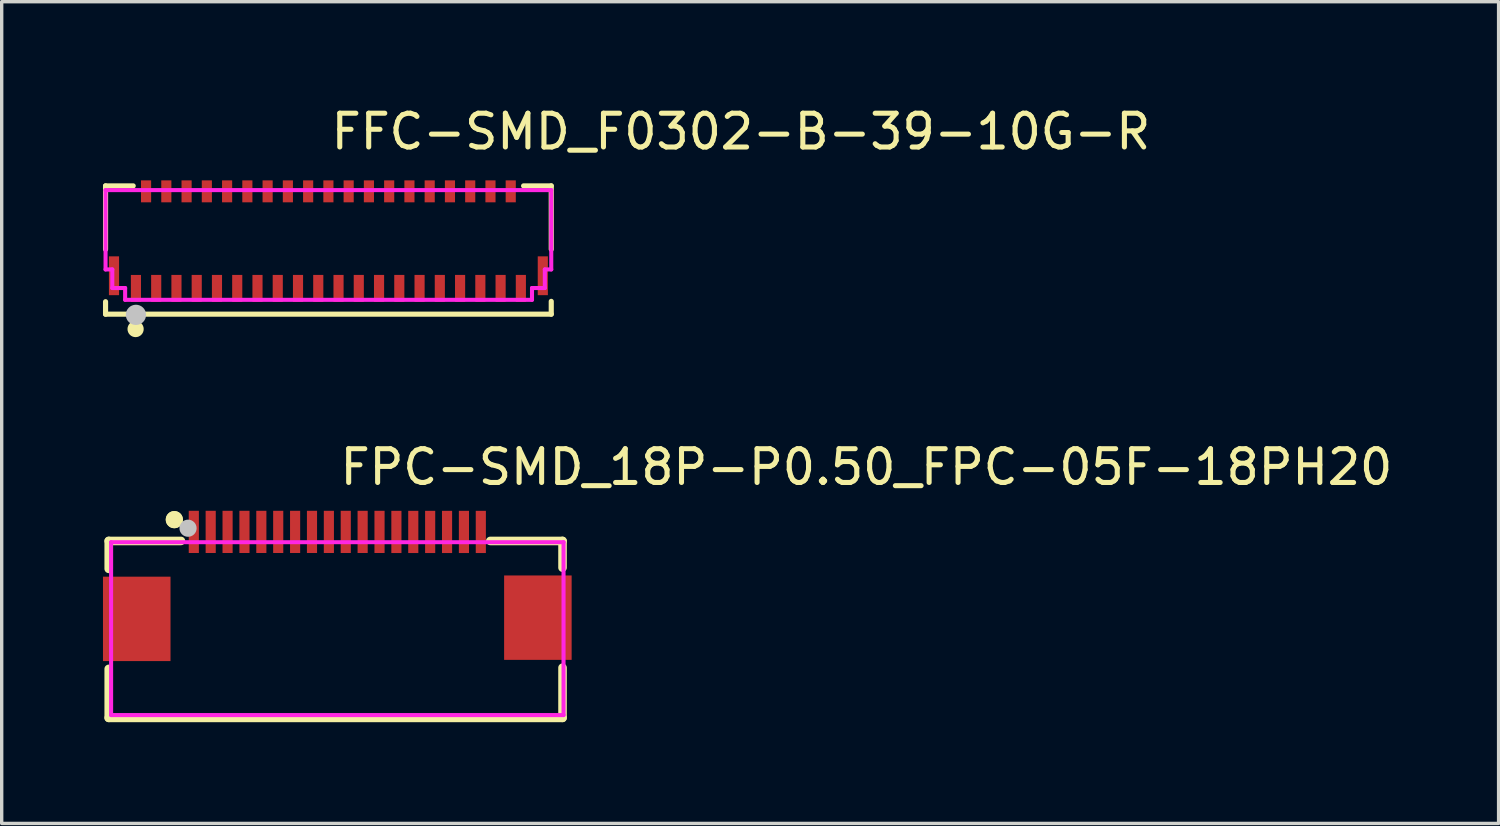
<source format=kicad_pcb>
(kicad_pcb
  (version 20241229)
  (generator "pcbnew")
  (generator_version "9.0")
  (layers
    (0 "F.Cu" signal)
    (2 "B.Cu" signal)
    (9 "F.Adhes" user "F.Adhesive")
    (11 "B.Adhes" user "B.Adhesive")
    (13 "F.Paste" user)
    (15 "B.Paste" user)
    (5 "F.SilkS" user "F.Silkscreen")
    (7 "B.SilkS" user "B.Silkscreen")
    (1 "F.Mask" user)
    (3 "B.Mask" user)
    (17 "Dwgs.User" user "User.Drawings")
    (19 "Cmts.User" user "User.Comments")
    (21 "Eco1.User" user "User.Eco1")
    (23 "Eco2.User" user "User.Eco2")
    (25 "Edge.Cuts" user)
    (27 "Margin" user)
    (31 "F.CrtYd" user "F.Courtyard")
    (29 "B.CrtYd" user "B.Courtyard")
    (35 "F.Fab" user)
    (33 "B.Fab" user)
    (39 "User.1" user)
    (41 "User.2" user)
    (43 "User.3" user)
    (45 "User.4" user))
  (footprint "FPC-SMD_18P-P0.50_FPC-05F-18PH20"
    (layer "F.Cu")
    (at 6.94 13.991)
    (property "Reference" "FPC-SMD_18P-P0.50_FPC-05F-18PH20" (at 0 -3.207 0) (layer "F.SilkS") (effects (font (size 1 1) (thickness 0.15)) (justify left)))
    (attr through_hole)
    (fp_line (start -6.77 -1.02) (end -4.631 -1.02) (stroke (width 0.254) (type solid)) (layer "F.SilkS"))
    (fp_line (start -6.77 -0.194) (end -6.77 -1.02) (stroke (width 0.254) (type solid)) (layer "F.SilkS"))
    (fp_line (start -6.77 4.22) (end -6.77 2.769) (stroke (width 0.254) (type solid)) (layer "F.SilkS"))
    (fp_line (start 4.53 -1.02) (end 6.67 -1.02) (stroke (width 0.254) (type solid)) (layer "F.SilkS"))
    (fp_line (start 6.67 -1.02) (end 6.67 -0.229) (stroke (width 0.254) (type solid)) (layer "F.SilkS"))
    (fp_line (start 6.67 2.734) (end 6.67 4.22) (stroke (width 0.254) (type solid)) (layer "F.SilkS"))
    (fp_line (start 6.67 4.22) (end -6.77 4.22) (stroke (width 0.254) (type solid)) (layer "F.SilkS"))
    (fp_circle (center -4.827 -1.651) (end -4.7 -1.651) (stroke (width 0.254) (type solid)) (fill no) (layer "F.SilkS"))
    (fp_circle (center -4.827 -1.651) (end -4.7 -1.651) (stroke (width 0.254) (type solid)) (fill no) (layer "F.SilkS"))
    (fp_circle (center -4.421 -1.397) (end -4.294 -1.397) (stroke (width 0.254) (type solid)) (fill no) (layer "Dwgs.User"))
    (fp_circle (center -6.7 -1.683) (end -6.67 -1.683) (stroke (width 0.06) (type solid)) (fill no) (layer "Eco2.User"))
    (fp_poly (pts (xy -6.44 0.538) (xy -5.44 0.538) (xy -5.44 2.038) (xy -6.44 2.038)) (stroke (width 0.12) (type solid)) (fill no) (layer "Eco2.User"))
    (fp_poly (pts (xy -4.35 -1.683) (xy -4.15 -1.683) (xy -4.15 -0.883) (xy -4.35 -0.883)) (stroke (width 0.12) (type solid)) (fill no) (layer "Eco2.User"))
    (fp_poly (pts (xy -3.85 -1.683) (xy -3.65 -1.683) (xy -3.65 -0.883) (xy -3.85 -0.883)) (stroke (width 0.12) (type solid)) (fill no) (layer "Eco2.User"))
    (fp_poly (pts (xy -3.35 -1.683) (xy -3.15 -1.683) (xy -3.15 -0.883) (xy -3.35 -0.883)) (stroke (width 0.12) (type solid)) (fill no) (layer "Eco2.User"))
    (fp_poly (pts (xy -2.85 -1.683) (xy -2.65 -1.683) (xy -2.65 -0.883) (xy -2.85 -0.883)) (stroke (width 0.12) (type solid)) (fill no) (layer "Eco2.User"))
    (fp_poly (pts (xy -2.35 -1.683) (xy -2.15 -1.683) (xy -2.15 -0.883) (xy -2.35 -0.883)) (stroke (width 0.12) (type solid)) (fill no) (layer "Eco2.User"))
    (fp_poly (pts (xy -1.85 -1.683) (xy -1.65 -1.683) (xy -1.65 -0.883) (xy -1.85 -0.883)) (stroke (width 0.12) (type solid)) (fill no) (layer "Eco2.User"))
    (fp_poly (pts (xy -1.35 -1.683) (xy -1.15 -1.683) (xy -1.15 -0.883) (xy -1.35 -0.883)) (stroke (width 0.12) (type solid)) (fill no) (layer "Eco2.User"))
    (fp_poly (pts (xy -0.85 -1.683) (xy -0.65 -1.683) (xy -0.65 -0.883) (xy -0.85 -0.883)) (stroke (width 0.12) (type solid)) (fill no) (layer "Eco2.User"))
    (fp_poly (pts (xy -0.35 -1.683) (xy -0.15 -1.683) (xy -0.15 -0.883) (xy -0.35 -0.883)) (stroke (width 0.12) (type solid)) (fill no) (layer "Eco2.User"))
    (fp_poly (pts (xy 0.15 -1.683) (xy 0.35 -1.683) (xy 0.35 -0.883) (xy 0.15 -0.883)) (stroke (width 0.12) (type solid)) (fill no) (layer "Eco2.User"))
    (fp_poly (pts (xy 0.65 -1.683) (xy 0.85 -1.683) (xy 0.85 -0.883) (xy 0.65 -0.883)) (stroke (width 0.12) (type solid)) (fill no) (layer "Eco2.User"))
    (fp_poly (pts (xy 1.15 -1.683) (xy 1.35 -1.683) (xy 1.35 -0.883) (xy 1.15 -0.883)) (stroke (width 0.12) (type solid)) (fill no) (layer "Eco2.User"))
    (fp_poly (pts (xy 1.65 -1.683) (xy 1.85 -1.683) (xy 1.85 -0.883) (xy 1.65 -0.883)) (stroke (width 0.12) (type solid)) (fill no) (layer "Eco2.User"))
    (fp_poly (pts (xy 2.15 -1.683) (xy 2.35 -1.683) (xy 2.35 -0.883) (xy 2.15 -0.883)) (stroke (width 0.12) (type solid)) (fill no) (layer "Eco2.User"))
    (fp_poly (pts (xy 2.65 -1.683) (xy 2.85 -1.683) (xy 2.85 -0.883) (xy 2.65 -0.883)) (stroke (width 0.12) (type solid)) (fill no) (layer "Eco2.User"))
    (fp_poly (pts (xy 3.15 -1.683) (xy 3.35 -1.683) (xy 3.35 -0.883) (xy 3.15 -0.883)) (stroke (width 0.12) (type solid)) (fill no) (layer "Eco2.User"))
    (fp_poly (pts (xy 3.65 -1.683) (xy 3.85 -1.683) (xy 3.85 -0.883) (xy 3.65 -0.883)) (stroke (width 0.12) (type solid)) (fill no) (layer "Eco2.User"))
    (fp_poly (pts (xy 4.15 -1.683) (xy 4.35 -1.683) (xy 4.35 -0.883) (xy 4.15 -0.883)) (stroke (width 0.12) (type solid)) (fill no) (layer "Eco2.User"))
    (fp_poly (pts (xy 6.44 2.002) (xy 5.44 2.002) (xy 5.44 0.502) (xy 6.44 0.502)) (stroke (width 0.12) (type solid)) (fill no) (layer "Eco2.User"))
    (fp_line (start -6.7 -0.983) (end 6.7 -0.983) (stroke (width 0.12) (type solid)) (layer "F.CrtYd"))
    (fp_line (start -6.7 4.137) (end -6.7 -0.983) (stroke (width 0.12) (type solid)) (layer "F.CrtYd"))
    (fp_line (start 6.7 -0.983) (end 6.7 4.137) (stroke (width 0.12) (type solid)) (layer "F.CrtYd"))
    (fp_line (start 6.7 4.137) (end -6.7 4.137) (stroke (width 0.12) (type solid)) (layer "F.CrtYd"))
    (pad "1" smd rect (at -4.25 -1.288) (size 0.3 1.25) (layers "F.Cu" "F.Mask" "F.Paste"))
    (pad "2" smd rect (at -3.75 -1.288) (size 0.3 1.25) (layers "F.Cu" "F.Mask" "F.Paste"))
    (pad "3" smd rect (at -3.25 -1.288) (size 0.3 1.25) (layers "F.Cu" "F.Mask" "F.Paste"))
    (pad "4" smd rect (at -2.75 -1.288) (size 0.3 1.25) (layers "F.Cu" "F.Mask" "F.Paste"))
    (pad "5" smd rect (at -2.25 -1.288) (size 0.3 1.25) (layers "F.Cu" "F.Mask" "F.Paste"))
    (pad "6" smd rect (at -1.75 -1.288) (size 0.3 1.25) (layers "F.Cu" "F.Mask" "F.Paste"))
    (pad "7" smd rect (at -1.25 -1.288) (size 0.3 1.25) (layers "F.Cu" "F.Mask" "F.Paste"))
    (pad "8" smd rect (at -0.75 -1.288) (size 0.3 1.25) (layers "F.Cu" "F.Mask" "F.Paste"))
    (pad "9" smd rect (at -0.25 -1.288) (size 0.3 1.25) (layers "F.Cu" "F.Mask" "F.Paste"))
    (pad "10" smd rect (at 0.25 -1.288) (size 0.3 1.25) (layers "F.Cu" "F.Mask" "F.Paste"))
    (pad "11" smd rect (at 0.75 -1.288) (size 0.3 1.25) (layers "F.Cu" "F.Mask" "F.Paste"))
    (pad "12" smd rect (at 1.25 -1.288) (size 0.3 1.25) (layers "F.Cu" "F.Mask" "F.Paste"))
    (pad "13" smd rect (at 1.75 -1.287) (size 0.3 1.25) (layers "F.Cu" "F.Mask" "F.Paste"))
    (pad "14" smd rect (at 2.25 -1.287) (size 0.3 1.25) (layers "F.Cu" "F.Mask" "F.Paste"))
    (pad "15" smd rect (at 2.75 -1.287) (size 0.3 1.25) (layers "F.Cu" "F.Mask" "F.Paste"))
    (pad "16" smd rect (at 3.25 -1.287) (size 0.3 1.25) (layers "F.Cu" "F.Mask" "F.Paste"))
    (pad "17" smd rect (at 3.75 -1.287) (size 0.3 1.25) (layers "F.Cu" "F.Mask" "F.Paste"))
    (pad "18" smd rect (at 4.25 -1.287) (size 0.3 1.25) (layers "F.Cu" "F.Mask" "F.Paste"))
    (pad "19" smd rect (at -5.94 1.288) (size 2 2.5) (layers "F.Cu" "F.Mask" "F.Paste"))
    (pad "20" smd rect (at 5.94 1.252) (size 2 2.5) (layers "F.Cu" "F.Mask" "F.Paste")))
  (footprint "FFC-SMD_F0302-B-39-10G-R"
    (layer "F.Cu")
    (at 6.676 4.055)
    (property "Reference" "FFC-SMD_F0302-B-39-10G-R" (at 0 -3.207 0) (layer "F.SilkS") (effects (font (size 1 1) (thickness 0.15)) (justify left)))
    (attr through_hole)
    (fp_line (start -6.6 -1.6) (end -6.6 0.279) (stroke (width 0.152) (type solid)) (layer "F.SilkS"))
    (fp_line (start -6.6 -1.6) (end -5.781 -1.6) (stroke (width 0.152) (type solid)) (layer "F.SilkS"))
    (fp_line (start -6.6 2.2) (end -6.6 1.83) (stroke (width 0.152) (type solid)) (layer "F.SilkS"))
    (fp_line (start -6.6 2.2) (end 6.6 2.2) (stroke (width 0.152) (type solid)) (layer "F.SilkS"))
    (fp_line (start 5.781 -1.6) (end 6.6 -1.6) (stroke (width 0.152) (type solid)) (layer "F.SilkS"))
    (fp_line (start 6.6 -1.6) (end 6.6 0.279) (stroke (width 0.152) (type solid)) (layer "F.SilkS"))
    (fp_line (start 6.6 2.2) (end 6.6 1.82) (stroke (width 0.152) (type solid)) (layer "F.SilkS"))
    (fp_circle (center -5.71 2.64) (end -5.59 2.64) (stroke (width 0.24) (type solid)) (fill no) (layer "F.SilkS"))
    (fp_circle (center -5.7 2.22) (end -5.55 2.22) (stroke (width 0.3) (type solid)) (fill no) (layer "Dwgs.User"))
    (fp_circle (center -6.6 1.775) (end -6.57 1.775) (stroke (width 0.06) (type solid)) (fill no) (layer "Eco2.User"))
    (fp_poly (pts (xy -6.41 0.625) (xy -6.29 0.625) (xy -6.29 1.425) (xy -6.41 1.425)) (stroke (width 0.12) (type solid)) (fill no) (layer "Eco2.User"))
    (fp_poly (pts (xy -5.76 1.037) (xy -5.64 1.037) (xy -5.64 1.637) (xy -5.76 1.637)) (stroke (width 0.12) (type solid)) (fill no) (layer "Eco2.User"))
    (fp_poly (pts (xy -5.46 -1.603) (xy -5.34 -1.603) (xy -5.34 -1.403) (xy -5.46 -1.403)) (stroke (width 0.12) (type solid)) (fill no) (layer "Eco2.User"))
    (fp_poly (pts (xy -5.16 1.037) (xy -5.04 1.037) (xy -5.04 1.637) (xy -5.16 1.637)) (stroke (width 0.12) (type solid)) (fill no) (layer "Eco2.User"))
    (fp_poly (pts (xy -4.86 -1.603) (xy -4.74 -1.603) (xy -4.74 -1.403) (xy -4.86 -1.403)) (stroke (width 0.12) (type solid)) (fill no) (layer "Eco2.User"))
    (fp_poly (pts (xy -4.56 1.037) (xy -4.44 1.037) (xy -4.44 1.637) (xy -4.56 1.637)) (stroke (width 0.12) (type solid)) (fill no) (layer "Eco2.User"))
    (fp_poly (pts (xy -4.26 -1.603) (xy -4.14 -1.603) (xy -4.14 -1.403) (xy -4.26 -1.403)) (stroke (width 0.12) (type solid)) (fill no) (layer "Eco2.User"))
    (fp_poly (pts (xy -3.96 1.037) (xy -3.84 1.037) (xy -3.84 1.637) (xy -3.96 1.637)) (stroke (width 0.12) (type solid)) (fill no) (layer "Eco2.User"))
    (fp_poly (pts (xy -3.66 -1.603) (xy -3.54 -1.603) (xy -3.54 -1.403) (xy -3.66 -1.403)) (stroke (width 0.12) (type solid)) (fill no) (layer "Eco2.User"))
    (fp_poly (pts (xy -3.36 1.037) (xy -3.24 1.037) (xy -3.24 1.637) (xy -3.36 1.637)) (stroke (width 0.12) (type solid)) (fill no) (layer "Eco2.User"))
    (fp_poly (pts (xy -3.06 -1.603) (xy -2.94 -1.603) (xy -2.94 -1.403) (xy -3.06 -1.403)) (stroke (width 0.12) (type solid)) (fill no) (layer "Eco2.User"))
    (fp_poly (pts (xy -2.76 1.037) (xy -2.64 1.037) (xy -2.64 1.637) (xy -2.76 1.637)) (stroke (width 0.12) (type solid)) (fill no) (layer "Eco2.User"))
    (fp_poly (pts (xy -2.46 -1.603) (xy -2.34 -1.603) (xy -2.34 -1.403) (xy -2.46 -1.403)) (stroke (width 0.12) (type solid)) (fill no) (layer "Eco2.User"))
    (fp_poly (pts (xy -2.16 1.037) (xy -2.04 1.037) (xy -2.04 1.637) (xy -2.16 1.637)) (stroke (width 0.12) (type solid)) (fill no) (layer "Eco2.User"))
    (fp_poly (pts (xy -1.86 -1.603) (xy -1.74 -1.603) (xy -1.74 -1.403) (xy -1.86 -1.403)) (stroke (width 0.12) (type solid)) (fill no) (layer "Eco2.User"))
    (fp_poly (pts (xy -1.56 1.037) (xy -1.44 1.037) (xy -1.44 1.637) (xy -1.56 1.637)) (stroke (width 0.12) (type solid)) (fill no) (layer "Eco2.User"))
    (fp_poly (pts (xy -1.26 -1.603) (xy -1.14 -1.603) (xy -1.14 -1.403) (xy -1.26 -1.403)) (stroke (width 0.12) (type solid)) (fill no) (layer "Eco2.User"))
    (fp_poly (pts (xy -0.96 1.037) (xy -0.84 1.037) (xy -0.84 1.637) (xy -0.96 1.637)) (stroke (width 0.12) (type solid)) (fill no) (layer "Eco2.User"))
    (fp_poly (pts (xy -0.66 -1.603) (xy -0.54 -1.603) (xy -0.54 -1.403) (xy -0.66 -1.403)) (stroke (width 0.12) (type solid)) (fill no) (layer "Eco2.User"))
    (fp_poly (pts (xy -0.36 1.037) (xy -0.24 1.037) (xy -0.24 1.637) (xy -0.36 1.637)) (stroke (width 0.12) (type solid)) (fill no) (layer "Eco2.User"))
    (fp_poly (pts (xy -0.06 -1.603) (xy 0.06 -1.603) (xy 0.06 -1.403) (xy -0.06 -1.403)) (stroke (width 0.12) (type solid)) (fill no) (layer "Eco2.User"))
    (fp_poly (pts (xy 0.24 1.037) (xy 0.36 1.037) (xy 0.36 1.637) (xy 0.24 1.637)) (stroke (width 0.12) (type solid)) (fill no) (layer "Eco2.User"))
    (fp_poly (pts (xy 0.54 -1.603) (xy 0.66 -1.603) (xy 0.66 -1.403) (xy 0.54 -1.403)) (stroke (width 0.12) (type solid)) (fill no) (layer "Eco2.User"))
    (fp_poly (pts (xy 0.84 1.037) (xy 0.96 1.037) (xy 0.96 1.637) (xy 0.84 1.637)) (stroke (width 0.12) (type solid)) (fill no) (layer "Eco2.User"))
    (fp_poly (pts (xy 1.14 -1.603) (xy 1.26 -1.603) (xy 1.26 -1.403) (xy 1.14 -1.403)) (stroke (width 0.12) (type solid)) (fill no) (layer "Eco2.User"))
    (fp_poly (pts (xy 1.44 1.037) (xy 1.56 1.037) (xy 1.56 1.637) (xy 1.44 1.637)) (stroke (width 0.12) (type solid)) (fill no) (layer "Eco2.User"))
    (fp_poly (pts (xy 1.74 -1.603) (xy 1.86 -1.603) (xy 1.86 -1.403) (xy 1.74 -1.403)) (stroke (width 0.12) (type solid)) (fill no) (layer "Eco2.User"))
    (fp_poly (pts (xy 2.04 1.037) (xy 2.16 1.037) (xy 2.16 1.637) (xy 2.04 1.637)) (stroke (width 0.12) (type solid)) (fill no) (layer "Eco2.User"))
    (fp_poly (pts (xy 2.34 -1.603) (xy 2.46 -1.603) (xy 2.46 -1.403) (xy 2.34 -1.403)) (stroke (width 0.12) (type solid)) (fill no) (layer "Eco2.User"))
    (fp_poly (pts (xy 2.64 1.037) (xy 2.76 1.037) (xy 2.76 1.637) (xy 2.64 1.637)) (stroke (width 0.12) (type solid)) (fill no) (layer "Eco2.User"))
    (fp_poly (pts (xy 2.94 -1.603) (xy 3.06 -1.603) (xy 3.06 -1.403) (xy 2.94 -1.403)) (stroke (width 0.12) (type solid)) (fill no) (layer "Eco2.User"))
    (fp_poly (pts (xy 3.24 1.037) (xy 3.36 1.037) (xy 3.36 1.637) (xy 3.24 1.637)) (stroke (width 0.12) (type solid)) (fill no) (layer "Eco2.User"))
    (fp_poly (pts (xy 3.54 -1.603) (xy 3.66 -1.603) (xy 3.66 -1.403) (xy 3.54 -1.403)) (stroke (width 0.12) (type solid)) (fill no) (layer "Eco2.User"))
    (fp_poly (pts (xy 3.84 1.037) (xy 3.96 1.037) (xy 3.96 1.637) (xy 3.84 1.637)) (stroke (width 0.12) (type solid)) (fill no) (layer "Eco2.User"))
    (fp_poly (pts (xy 4.14 -1.603) (xy 4.26 -1.603) (xy 4.26 -1.403) (xy 4.14 -1.403)) (stroke (width 0.12) (type solid)) (fill no) (layer "Eco2.User"))
    (fp_poly (pts (xy 4.44 1.037) (xy 4.56 1.037) (xy 4.56 1.637) (xy 4.44 1.637)) (stroke (width 0.12) (type solid)) (fill no) (layer "Eco2.User"))
    (fp_poly (pts (xy 4.74 -1.603) (xy 4.86 -1.603) (xy 4.86 -1.403) (xy 4.74 -1.403)) (stroke (width 0.12) (type solid)) (fill no) (layer "Eco2.User"))
    (fp_poly (pts (xy 5.04 1.037) (xy 5.16 1.037) (xy 5.16 1.637) (xy 5.04 1.637)) (stroke (width 0.12) (type solid)) (fill no) (layer "Eco2.User"))
    (fp_poly (pts (xy 5.34 -1.603) (xy 5.46 -1.603) (xy 5.46 -1.403) (xy 5.34 -1.403)) (stroke (width 0.12) (type solid)) (fill no) (layer "Eco2.User"))
    (fp_poly (pts (xy 5.64 1.037) (xy 5.76 1.037) (xy 5.76 1.637) (xy 5.64 1.637)) (stroke (width 0.12) (type solid)) (fill no) (layer "Eco2.User"))
    (fp_poly (pts (xy 6.29 0.625) (xy 6.41 0.625) (xy 6.41 1.425) (xy 6.29 1.425)) (stroke (width 0.12) (type solid)) (fill no) (layer "Eco2.User"))
    (fp_line (start -6.6 -1.475) (end 6.6 -1.475) (stroke (width 0.12) (type solid)) (layer "F.CrtYd"))
    (fp_line (start -6.6 0.875) (end -6.6 -1.475) (stroke (width 0.12) (type solid)) (layer "F.CrtYd"))
    (fp_line (start -6.4 0.875) (end -6.6 0.875) (stroke (width 0.12) (type solid)) (layer "F.CrtYd"))
    (fp_line (start -6.4 1.425) (end -6.4 0.875) (stroke (width 0.12) (type solid)) (layer "F.CrtYd"))
    (fp_line (start -6.02 1.425) (end -6.4 1.425) (stroke (width 0.12) (type solid)) (layer "F.CrtYd"))
    (fp_line (start -6.02 1.775) (end -6.02 1.425) (stroke (width 0.12) (type solid)) (layer "F.CrtYd"))
    (fp_line (start 6.03 1.425) (end 6.03 1.775) (stroke (width 0.12) (type solid)) (layer "F.CrtYd"))
    (fp_line (start 6.03 1.775) (end -6.02 1.775) (stroke (width 0.12) (type solid)) (layer "F.CrtYd"))
    (fp_line (start 6.41 0.875) (end 6.41 1.425) (stroke (width 0.12) (type solid)) (layer "F.CrtYd"))
    (fp_line (start 6.41 1.425) (end 6.03 1.425) (stroke (width 0.12) (type solid)) (layer "F.CrtYd"))
    (fp_line (start 6.6 -1.475) (end 6.6 0.875) (stroke (width 0.12) (type solid)) (layer "F.CrtYd"))
    (fp_line (start 6.6 0.875) (end 6.41 0.875) (stroke (width 0.12) (type solid)) (layer "F.CrtYd"))
    (pad "1" smd rect (at -5.7 1.438) (size 0.3 0.8) (layers "F.Cu" "F.Mask" "F.Paste"))
    (pad "2" smd rect (at -5.4 -1.438) (size 0.3 0.65) (layers "F.Cu" "F.Mask" "F.Paste"))
    (pad "3" smd rect (at -5.1 1.437) (size 0.3 0.8) (layers "F.Cu" "F.Mask" "F.Paste"))
    (pad "4" smd rect (at -4.8 -1.438) (size 0.3 0.65) (layers "F.Cu" "F.Mask" "F.Paste"))
    (pad "5" smd rect (at -4.5 1.437) (size 0.3 0.8) (layers "F.Cu" "F.Mask" "F.Paste"))
    (pad "6" smd rect (at -4.2 -1.438) (size 0.3 0.65) (layers "F.Cu" "F.Mask" "F.Paste"))
    (pad "7" smd rect (at -3.9 1.437) (size 0.3 0.8) (layers "F.Cu" "F.Mask" "F.Paste"))
    (pad "8" smd rect (at -3.6 -1.438) (size 0.3 0.65) (layers "F.Cu" "F.Mask" "F.Paste"))
    (pad "9" smd rect (at -3.3 1.437) (size 0.3 0.8) (layers "F.Cu" "F.Mask" "F.Paste"))
    (pad "10" smd rect (at -3 -1.438) (size 0.3 0.65) (layers "F.Cu" "F.Mask" "F.Paste"))
    (pad "11" smd rect (at -2.7 1.437) (size 0.3 0.8) (layers "F.Cu" "F.Mask" "F.Paste"))
    (pad "12" smd rect (at -2.4 -1.438) (size 0.3 0.65) (layers "F.Cu" "F.Mask" "F.Paste"))
    (pad "13" smd rect (at -2.1 1.437) (size 0.3 0.8) (layers "F.Cu" "F.Mask" "F.Paste"))
    (pad "14" smd rect (at -1.8 -1.438) (size 0.3 0.65) (layers "F.Cu" "F.Mask" "F.Paste"))
    (pad "15" smd rect (at -1.5 1.437) (size 0.3 0.8) (layers "F.Cu" "F.Mask" "F.Paste"))
    (pad "16" smd rect (at -1.2 -1.438) (size 0.3 0.65) (layers "F.Cu" "F.Mask" "F.Paste"))
    (pad "17" smd rect (at -0.9 1.437) (size 0.3 0.8) (layers "F.Cu" "F.Mask" "F.Paste"))
    (pad "18" smd rect (at -0.6 -1.438) (size 0.3 0.65) (layers "F.Cu" "F.Mask" "F.Paste"))
    (pad "19" smd rect (at -0.3 1.437) (size 0.3 0.8) (layers "F.Cu" "F.Mask" "F.Paste"))
    (pad "20" smd rect (at 0 -1.438) (size 0.3 0.65) (layers "F.Cu" "F.Mask" "F.Paste"))
    (pad "21" smd rect (at 0.3 1.437) (size 0.3 0.8) (layers "F.Cu" "F.Mask" "F.Paste"))
    (pad "22" smd rect (at 0.6 -1.438) (size 0.3 0.65) (layers "F.Cu" "F.Mask" "F.Paste"))
    (pad "23" smd rect (at 0.9 1.437) (size 0.3 0.8) (layers "F.Cu" "F.Mask" "F.Paste"))
    (pad "24" smd rect (at 1.2 -1.438) (size 0.3 0.65) (layers "F.Cu" "F.Mask" "F.Paste"))
    (pad "25" smd rect (at 1.5 1.437) (size 0.3 0.8) (layers "F.Cu" "F.Mask" "F.Paste"))
    (pad "26" smd rect (at 1.8 -1.438) (size 0.3 0.65) (layers "F.Cu" "F.Mask" "F.Paste"))
    (pad "27" smd rect (at 2.1 1.437) (size 0.3 0.8) (layers "F.Cu" "F.Mask" "F.Paste"))
    (pad "28" smd rect (at 2.4 -1.438) (size 0.3 0.65) (layers "F.Cu" "F.Mask" "F.Paste"))
    (pad "29" smd rect (at 2.7 1.437) (size 0.3 0.8) (layers "F.Cu" "F.Mask" "F.Paste"))
    (pad "30" smd rect (at 3 -1.438) (size 0.3 0.65) (layers "F.Cu" "F.Mask" "F.Paste"))
    (pad "31" smd rect (at 3.3 1.437) (size 0.3 0.8) (layers "F.Cu" "F.Mask" "F.Paste"))
    (pad "32" smd rect (at 3.6 -1.438) (size 0.3 0.65) (layers "F.Cu" "F.Mask" "F.Paste"))
    (pad "33" smd rect (at 3.9 1.437) (size 0.3 0.8) (layers "F.Cu" "F.Mask" "F.Paste"))
    (pad "34" smd rect (at 4.2 -1.438) (size 0.3 0.65) (layers "F.Cu" "F.Mask" "F.Paste"))
    (pad "35" smd rect (at 4.5 1.437) (size 0.3 0.8) (layers "F.Cu" "F.Mask" "F.Paste"))
    (pad "36" smd rect (at 4.8 -1.438) (size 0.3 0.65) (layers "F.Cu" "F.Mask" "F.Paste"))
    (pad "37" smd rect (at 5.1 1.437) (size 0.3 0.8) (layers "F.Cu" "F.Mask" "F.Paste"))
    (pad "38" smd rect (at 5.4 -1.438) (size 0.3 0.65) (layers "F.Cu" "F.Mask" "F.Paste"))
    (pad "39" smd rect (at 5.7 1.437) (size 0.3 0.8) (layers "F.Cu" "F.Mask" "F.Paste"))
    (pad "40" smd rect (at 6.35 1.062) (size 0.3 1.15) (layers "F.Cu" "F.Mask" "F.Paste"))
    (pad "41" smd rect (at -6.35 1.062) (size 0.3 1.15) (layers "F.Cu" "F.Mask" "F.Paste")))
  (gr_rect
    (start -3 -3)
    (end 41.333 21.337)
    (stroke (width 0.1) (type default))
    (fill no)
    (layer "Edge.Cuts")))
</source>
